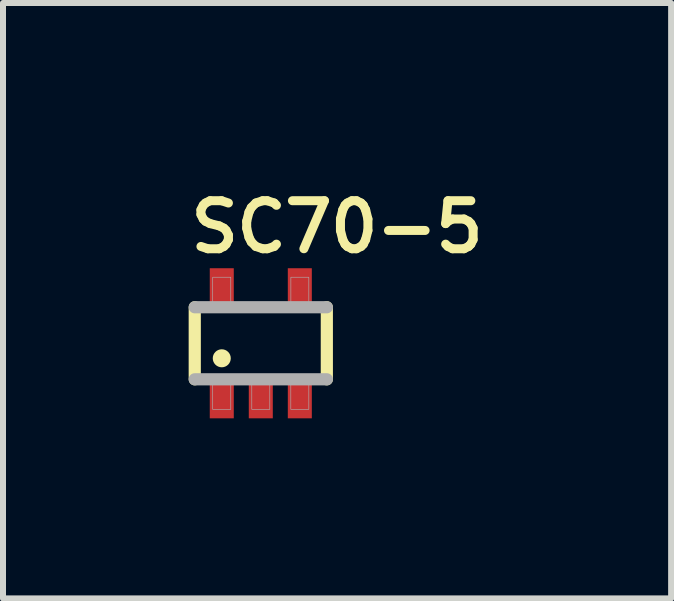
<source format=kicad_pcb>
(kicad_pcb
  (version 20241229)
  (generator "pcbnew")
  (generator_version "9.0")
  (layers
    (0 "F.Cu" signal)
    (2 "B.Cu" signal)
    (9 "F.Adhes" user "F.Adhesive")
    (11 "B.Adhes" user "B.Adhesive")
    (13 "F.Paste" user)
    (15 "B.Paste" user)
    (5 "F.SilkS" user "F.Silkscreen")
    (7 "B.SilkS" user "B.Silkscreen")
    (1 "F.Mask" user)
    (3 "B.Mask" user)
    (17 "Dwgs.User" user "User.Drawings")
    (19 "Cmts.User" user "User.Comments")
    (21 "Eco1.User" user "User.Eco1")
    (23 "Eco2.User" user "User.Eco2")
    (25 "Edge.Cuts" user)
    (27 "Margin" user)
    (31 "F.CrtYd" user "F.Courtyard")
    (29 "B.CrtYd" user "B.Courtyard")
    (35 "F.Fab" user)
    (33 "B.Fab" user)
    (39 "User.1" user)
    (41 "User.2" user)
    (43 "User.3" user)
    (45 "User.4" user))
  (footprint "SC70-5"
    (layer "F.Cu")
    (at 1.294 2.668)
    (property "Reference" "SC70-5" (at 1.27 -1.937 0) (layer "F.SilkS") (effects (font (size 0.8 0.8) (thickness 0.15))))
    (attr through_hole)
    (fp_line (start -1.1 0.6) (end -1.1 -0.6) (stroke (width 0.203) (type solid)) (layer "F.SilkS"))
    (fp_line (start 1.1 -0.6) (end 1.1 0.6) (stroke (width 0.203) (type solid)) (layer "F.SilkS"))
    (fp_circle (center -0.65 0.25) (end -0.5 0.25) (stroke (width 0) (type solid)) (fill yes) (layer "F.SilkS"))
    (fp_line (start -1.1 -0.6) (end 1.1 -0.6) (stroke (width 0.203) (type solid)) (layer "F.Fab"))
    (fp_line (start 1.1 0.6) (end -1.1 0.6) (stroke (width 0.203) (type solid)) (layer "F.Fab"))
    (fp_poly (pts (xy -0.801 -1.1) (xy -0.5 -1.1) (xy -0.5 -0.601) (xy -0.801 -0.601)) (stroke (width 0.01) (type solid)) (fill no) (layer "F.Fab"))
    (fp_poly (pts (xy -0.801 0.6) (xy -0.5 0.6) (xy -0.5 1.102) (xy -0.801 1.102)) (stroke (width 0.01) (type solid)) (fill no) (layer "F.Fab"))
    (fp_poly (pts (xy -0.15 0.6) (xy 0.15 0.6) (xy 0.15 1.101) (xy -0.15 1.101)) (stroke (width 0.01) (type solid)) (fill no) (layer "F.Fab"))
    (fp_poly (pts (xy 0.5 0.6) (xy 0.8 0.6) (xy 0.8 1.101) (xy 0.5 1.101)) (stroke (width 0.01) (type solid)) (fill no) (layer "F.Fab"))
    (fp_poly (pts (xy 0.501 -1.1) (xy 0.8 -1.1) (xy 0.8 -0.601) (xy 0.501 -0.601)) (stroke (width 0.01) (type solid)) (fill no) (layer "F.Fab"))
    (pad "1" smd rect (at -0.65 0.95) (size 0.4 0.6) (layers "F.Cu" "F.Mask" "F.Paste"))
    (pad "2" smd rect (at 0 0.95) (size 0.4 0.6) (layers "F.Cu" "F.Mask" "F.Paste"))
    (pad "3" smd rect (at 0.65 0.95) (size 0.4 0.6) (layers "F.Cu" "F.Mask" "F.Paste"))
    (pad "4" smd rect (at 0.65 -0.95) (size 0.4 0.6) (layers "F.Cu" "F.Mask" "F.Paste"))
    (pad "5" smd rect (at -0.65 -0.95) (size 0.4 0.6) (layers "F.Cu" "F.Mask" "F.Paste")))
  (gr_rect
    (start -3 -3)
    (end 8.129 6.918)
    (stroke (width 0.1) (type default))
    (fill no)
    (layer "Edge.Cuts")))
</source>
